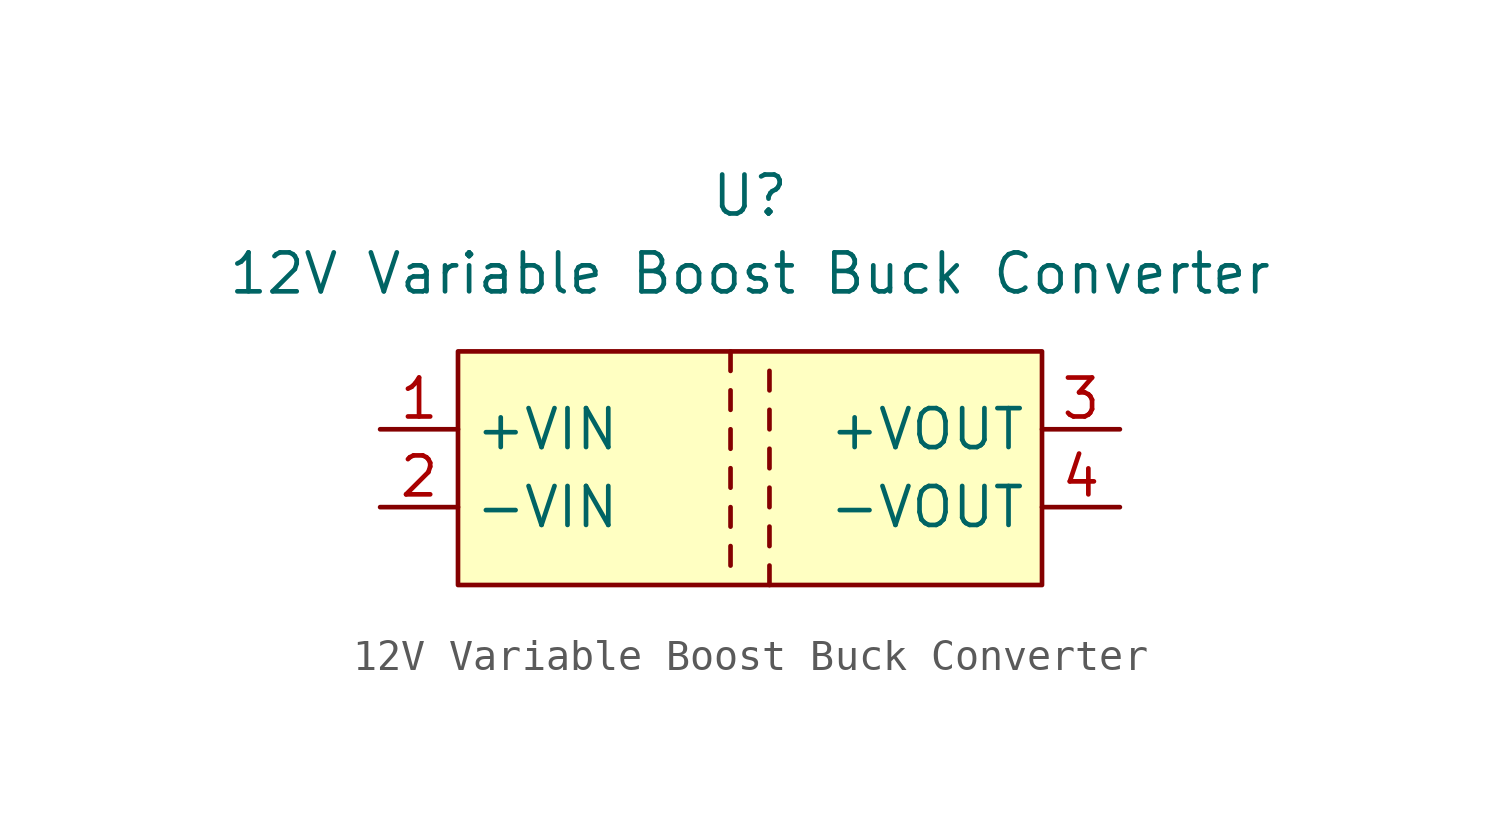
<source format=kicad_sym>
(kicad_symbol_lib
  (version 20211014)
  (generator kicad_symbol_editor)
  (symbol "12V Variable Boost Buck Converter"
    (property "Reference" "U"
      (at 0 5.08 0)
      (effects (font (size 1.27 1.27))))
    (property "Value" "12V Variable Boost Buck Converter"
      (at 0 2.54 0)
      (effects (font (size 1.27 1.27))))
    (symbol "12V Variable Boost Buck Converter_0_1"
      (rectangle (start -9.525 0) (end 9.525 -7.62) (stroke (width 0.152) (type default) (color 0 0 0 0)) (fill (type background)))
      (polyline (pts (xy -0.635 -6.35) (xy -0.635 -6.985)) (stroke (width 0.152) (type default) (color 0 0 0 0)) (fill (type none)))
      (polyline (pts (xy -0.635 -5.08) (xy -0.635 -5.715)) (stroke (width 0.152) (type default) (color 0 0 0 0)) (fill (type none)))
      (polyline (pts (xy -0.635 -3.81) (xy -0.635 -4.445)) (stroke (width 0.152) (type default) (color 0 0 0 0)) (fill (type none)))
      (polyline (pts (xy -0.635 -2.54) (xy -0.635 -3.175)) (stroke (width 0.152) (type default) (color 0 0 0 0)) (fill (type none)))
      (polyline (pts (xy -0.635 -1.27) (xy -0.635 -1.905)) (stroke (width 0.152) (type default) (color 0 0 0 0)) (fill (type none)))
      (polyline (pts (xy -0.635 0) (xy -0.635 -0.635)) (stroke (width 0.152) (type default) (color 0 0 0 0)) (fill (type none)))
      (polyline (pts (xy 0.635 -6.985) (xy 0.635 -7.62)) (stroke (width 0.152) (type default) (color 0 0 0 0)) (fill (type none)))
      (polyline (pts (xy 0.635 -5.715) (xy 0.635 -6.35)) (stroke (width 0.152) (type default) (color 0 0 0 0)) (fill (type none)))
      (polyline (pts (xy 0.635 -4.445) (xy 0.635 -5.08)) (stroke (width 0.152) (type default) (color 0 0 0 0)) (fill (type none)))
      (polyline (pts (xy 0.635 -3.175) (xy 0.635 -3.81)) (stroke (width 0.152) (type default) (color 0 0 0 0)) (fill (type none)))
      (polyline (pts (xy 0.635 -1.905) (xy 0.635 -2.54)) (stroke (width 0.152) (type default) (color 0 0 0 0)) (fill (type none)))
      (polyline (pts (xy 0.635 -0.635) (xy 0.635 -1.27)) (stroke (width 0.152) (type default) (color 0 0 0 0)) (fill (type none))))
    (symbol "12V Variable Boost Buck Converter_1_1"
      (pin input line (at -12.065 -2.54 0) (length 2.54) (name "+VIN" (effects (font (size 1.27 1.27)))) (number "1" (effects (font (size 1.27 1.27)))))
      (pin input line (at -12.065 -5.08 0) (length 2.54) (name "-VIN" (effects (font (size 1.27 1.27)))) (number "2" (effects (font (size 1.27 1.27)))))
      (pin output line (at 12.065 -2.54 180) (length 2.54) (name "+VOUT" (effects (font (size 1.27 1.27)))) (number "3" (effects (font (size 1.27 1.27)))))
      (pin output line (at 12.065 -5.08 180) (length 2.54) (name "-VOUT" (effects (font (size 1.27 1.27)))) (number "4" (effects (font (size 1.27 1.27))))))))
</source>
